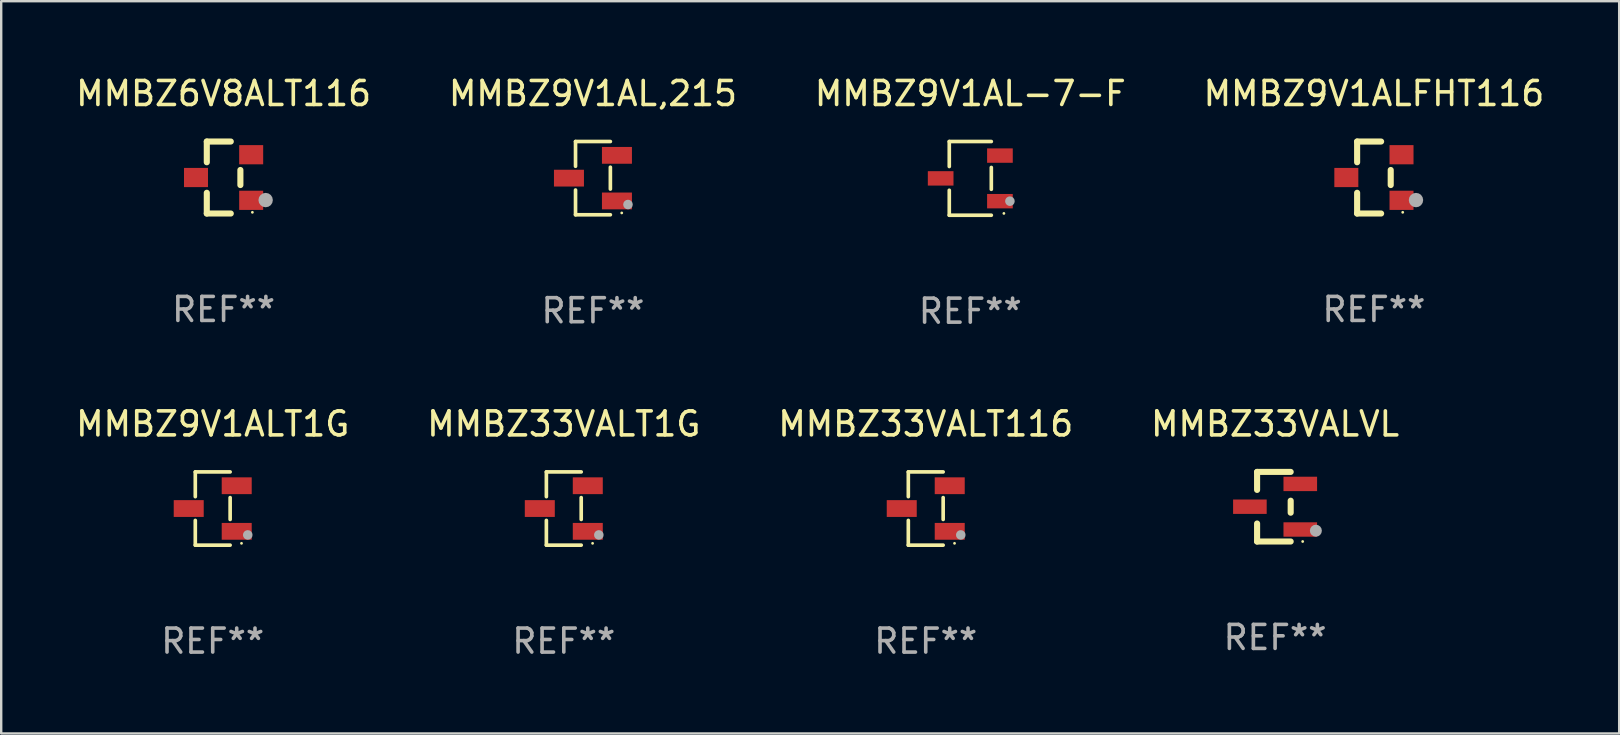
<source format=kicad_pcb>
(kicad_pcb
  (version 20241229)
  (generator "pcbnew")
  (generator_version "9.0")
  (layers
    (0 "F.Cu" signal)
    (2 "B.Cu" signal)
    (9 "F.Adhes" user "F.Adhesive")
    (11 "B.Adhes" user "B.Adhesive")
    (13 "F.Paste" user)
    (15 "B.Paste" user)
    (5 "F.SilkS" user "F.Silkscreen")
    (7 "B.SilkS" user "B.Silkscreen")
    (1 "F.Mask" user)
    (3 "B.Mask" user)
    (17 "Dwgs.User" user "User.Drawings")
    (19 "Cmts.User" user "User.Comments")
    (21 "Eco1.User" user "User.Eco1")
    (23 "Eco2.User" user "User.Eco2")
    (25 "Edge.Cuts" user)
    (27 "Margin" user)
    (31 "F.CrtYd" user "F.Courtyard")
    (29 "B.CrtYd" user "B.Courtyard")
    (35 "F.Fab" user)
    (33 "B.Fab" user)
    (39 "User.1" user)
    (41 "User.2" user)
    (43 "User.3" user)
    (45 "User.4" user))
  (footprint "MMBZ33VALT116"
    (layer "F.Cu")
    (at 35.53 18.143)
    (property "Reference" "MMBZ33VALT116" (at 0 -3.526 0) (layer "F.SilkS") (effects (font (size 1 1) (thickness 0.15))))
    (attr through_hole)
    (fp_line (start -0.726 -1.526) (end -0.726 -0.495) (stroke (width 0.152) (type solid)) (layer "F.SilkS"))
    (fp_line (start -0.726 1.526) (end -0.726 0.495) (stroke (width 0.152) (type solid)) (layer "F.SilkS"))
    (fp_line (start 0.726 -1.526) (end -0.726 -1.526) (stroke (width 0.152) (type solid)) (layer "F.SilkS"))
    (fp_line (start 0.726 -0.455) (end 0.726 0.455) (stroke (width 0.152) (type solid)) (layer "F.SilkS"))
    (fp_line (start 0.726 1.526) (end -0.726 1.526) (stroke (width 0.152) (type solid)) (layer "F.SilkS"))
    (fp_circle (center 1.2 1.45) (end 1.23 1.45) (stroke (width 0.06) (type solid)) (fill no) (layer "F.SilkS"))
    (fp_circle (center 1.46 1.1) (end 1.56 1.1) (stroke (width 0.2) (type solid)) (fill no) (layer "F.Fab"))
    (fp_text user "REF**" (at 0 5.526 0) (layer "F.Fab") (effects (font (size 1 1) (thickness 0.15))))
    (pad "1" smd rect (at 1 0.95) (size 1.25 0.7) (layers "F.Cu" "F.Mask" "F.Paste"))
    (pad "2" smd rect (at 1 -0.95) (size 1.25 0.7) (layers "F.Cu" "F.Mask" "F.Paste"))
    (pad "3" smd rect (at -1 0) (size 1.25 0.7) (layers "F.Cu" "F.Mask" "F.Paste")))
  (footprint "MMBZ9V1ALFHT116"
    (layer "F.Cu")
    (at 54.208 4.348)
    (property "Reference" "MMBZ9V1ALFHT116" (at 0 -3.5 0) (layer "F.SilkS") (effects (font (size 1 1) (thickness 0.15))))
    (attr through_hole)
    (fp_line (start -0.7 -1.5) (end 0.3 -1.5) (stroke (width 0.254) (type solid)) (layer "F.SilkS"))
    (fp_line (start -0.7 -0.636) (end -0.7 -1.5) (stroke (width 0.254) (type solid)) (layer "F.SilkS"))
    (fp_line (start -0.7 1.5) (end -0.7 0.636) (stroke (width 0.254) (type solid)) (layer "F.SilkS"))
    (fp_line (start -0.7 1.5) (end 0.3 1.5) (stroke (width 0.254) (type solid)) (layer "F.SilkS"))
    (fp_line (start 0.7 0.314) (end 0.7 -0.314) (stroke (width 0.254) (type solid)) (layer "F.SilkS"))
    (fp_circle (center 1.2 1.45) (end 1.23 1.45) (stroke (width 0.06) (type solid)) (fill no) (layer "F.SilkS"))
    (fp_circle (center 1.753 0.94) (end 1.903 0.94) (stroke (width 0.3) (type solid)) (fill no) (layer "F.Fab"))
    (fp_text user "REF**" (at 0 5.5 0) (layer "F.Fab") (effects (font (size 1 1) (thickness 0.15))))
    (pad "1" smd rect (at 1.15 0.95 180) (size 1 0.8) (layers "F.Cu" "F.Mask" "F.Paste"))
    (pad "2" smd rect (at 1.15 -0.95 180) (size 1 0.8) (layers "F.Cu" "F.Mask" "F.Paste"))
    (pad "3" smd rect (at -1.15 -0.000051 180) (size 1 0.8) (layers "F.Cu" "F.Mask" "F.Paste")))
  (footprint "MMBZ9V1AL,215"
    (layer "F.Cu")
    (at 21.661 4.374)
    (property "Reference" "MMBZ9V1AL,215" (at 0 -3.526 0) (layer "F.SilkS") (effects (font (size 1 1) (thickness 0.15))))
    (attr through_hole)
    (fp_line (start -0.726 -1.526) (end -0.726 -0.495) (stroke (width 0.152) (type solid)) (layer "F.SilkS"))
    (fp_line (start -0.726 1.526) (end -0.726 0.495) (stroke (width 0.152) (type solid)) (layer "F.SilkS"))
    (fp_line (start 0.726 -1.526) (end -0.726 -1.526) (stroke (width 0.152) (type solid)) (layer "F.SilkS"))
    (fp_line (start 0.726 -0.455) (end 0.726 0.455) (stroke (width 0.152) (type solid)) (layer "F.SilkS"))
    (fp_line (start 0.726 1.526) (end -0.726 1.526) (stroke (width 0.152) (type solid)) (layer "F.SilkS"))
    (fp_circle (center 1.2 1.45) (end 1.23 1.45) (stroke (width 0.06) (type solid)) (fill no) (layer "F.SilkS"))
    (fp_circle (center 1.46 1.1) (end 1.56 1.1) (stroke (width 0.2) (type solid)) (fill no) (layer "F.Fab"))
    (fp_text user "REF**" (at 0 5.526 0) (layer "F.Fab") (effects (font (size 1 1) (thickness 0.15))))
    (pad "1" smd rect (at 1 0.95) (size 1.25 0.7) (layers "F.Cu" "F.Mask" "F.Paste"))
    (pad "2" smd rect (at 1 -0.95) (size 1.25 0.7) (layers "F.Cu" "F.Mask" "F.Paste"))
    (pad "3" smd rect (at -1 0) (size 1.25 0.7) (layers "F.Cu" "F.Mask" "F.Paste")))
  (footprint "MMBZ9V1AL-7-F"
    (layer "F.Cu")
    (at 37.387 4.384)
    (property "Reference" "MMBZ9V1AL-7-F" (at 0 -3.536 0) (layer "F.SilkS") (effects (font (size 1 1) (thickness 0.15))))
    (attr through_hole)
    (fp_line (start -0.876 -1.536) (end -0.876 -0.495) (stroke (width 0.152) (type solid)) (layer "F.SilkS"))
    (fp_line (start -0.876 1.536) (end -0.876 0.495) (stroke (width 0.152) (type solid)) (layer "F.SilkS"))
    (fp_line (start 0.876 -1.536) (end -0.876 -1.536) (stroke (width 0.152) (type solid)) (layer "F.SilkS"))
    (fp_line (start 0.876 -0.455) (end 0.876 0.455) (stroke (width 0.152) (type solid)) (layer "F.SilkS"))
    (fp_line (start 0.876 1.536) (end -0.876 1.536) (stroke (width 0.152) (type solid)) (layer "F.SilkS"))
    (fp_circle (center 1.4 1.46) (end 1.43 1.46) (stroke (width 0.06) (type solid)) (fill no) (layer "F.SilkS"))
    (fp_circle (center 1.651 0.95) (end 1.751 0.95) (stroke (width 0.2) (type solid)) (fill no) (layer "F.Fab"))
    (fp_text user "REF**" (at 0 5.536 0) (layer "F.Fab") (effects (font (size 1 1) (thickness 0.15))))
    (pad "1" smd rect (at 1.235 0.95) (size 1.07 0.6) (layers "F.Cu" "F.Mask" "F.Paste"))
    (pad "2" smd rect (at 1.235 -0.95) (size 1.07 0.6) (layers "F.Cu" "F.Mask" "F.Paste"))
    (pad "3" smd rect (at -1.235 0) (size 1.07 0.6) (layers "F.Cu" "F.Mask" "F.Paste")))
  (footprint "MMBZ6V8ALT116"
    (layer "F.Cu")
    (at 6.268 4.348)
    (property "Reference" "MMBZ6V8ALT116" (at 0 -3.5 0) (layer "F.SilkS") (effects (font (size 1 1) (thickness 0.15))))
    (attr through_hole)
    (fp_line (start -0.7 -1.5) (end 0.3 -1.5) (stroke (width 0.254) (type solid)) (layer "F.SilkS"))
    (fp_line (start -0.7 -0.636) (end -0.7 -1.5) (stroke (width 0.254) (type solid)) (layer "F.SilkS"))
    (fp_line (start -0.7 1.5) (end -0.7 0.636) (stroke (width 0.254) (type solid)) (layer "F.SilkS"))
    (fp_line (start -0.7 1.5) (end 0.3 1.5) (stroke (width 0.254) (type solid)) (layer "F.SilkS"))
    (fp_line (start 0.7 0.314) (end 0.7 -0.314) (stroke (width 0.254) (type solid)) (layer "F.SilkS"))
    (fp_circle (center 1.2 1.45) (end 1.23 1.45) (stroke (width 0.06) (type solid)) (fill no) (layer "F.SilkS"))
    (fp_circle (center 1.753 0.94) (end 1.903 0.94) (stroke (width 0.3) (type solid)) (fill no) (layer "F.Fab"))
    (fp_text user "REF**" (at 0 5.5 0) (layer "F.Fab") (effects (font (size 1 1) (thickness 0.15))))
    (pad "1" smd rect (at 1.15 0.95 180) (size 1 0.8) (layers "F.Cu" "F.Mask" "F.Paste"))
    (pad "2" smd rect (at 1.15 -0.95 180) (size 1 0.8) (layers "F.Cu" "F.Mask" "F.Paste"))
    (pad "3" smd rect (at -1.15 -0.000051 180) (size 1 0.8) (layers "F.Cu" "F.Mask" "F.Paste")))
  (footprint "MMBZ9V1ALT1G"
    (layer "F.Cu")
    (at 5.815 18.143)
    (property "Reference" "MMBZ9V1ALT1G" (at 0 -3.526 0) (layer "F.SilkS") (effects (font (size 1 1) (thickness 0.15))))
    (attr through_hole)
    (fp_line (start -0.726 -1.526) (end -0.726 -0.495) (stroke (width 0.152) (type solid)) (layer "F.SilkS"))
    (fp_line (start -0.726 1.526) (end -0.726 0.495) (stroke (width 0.152) (type solid)) (layer "F.SilkS"))
    (fp_line (start 0.726 -1.526) (end -0.726 -1.526) (stroke (width 0.152) (type solid)) (layer "F.SilkS"))
    (fp_line (start 0.726 -0.455) (end 0.726 0.455) (stroke (width 0.152) (type solid)) (layer "F.SilkS"))
    (fp_line (start 0.726 1.526) (end -0.726 1.526) (stroke (width 0.152) (type solid)) (layer "F.SilkS"))
    (fp_circle (center 1.2 1.45) (end 1.23 1.45) (stroke (width 0.06) (type solid)) (fill no) (layer "F.SilkS"))
    (fp_circle (center 1.46 1.1) (end 1.56 1.1) (stroke (width 0.2) (type solid)) (fill no) (layer "F.Fab"))
    (fp_text user "REF**" (at 0 5.526 0) (layer "F.Fab") (effects (font (size 1 1) (thickness 0.15))))
    (pad "1" smd rect (at 1 0.95) (size 1.25 0.7) (layers "F.Cu" "F.Mask" "F.Paste"))
    (pad "2" smd rect (at 1 -0.95) (size 1.25 0.7) (layers "F.Cu" "F.Mask" "F.Paste"))
    (pad "3" smd rect (at -1 0) (size 1.25 0.7) (layers "F.Cu" "F.Mask" "F.Paste")))
  (footprint "MMBZ33VALT1G"
    (layer "F.Cu")
    (at 20.446 18.143)
    (property "Reference" "MMBZ33VALT1G" (at 0 -3.526 0) (layer "F.SilkS") (effects (font (size 1 1) (thickness 0.15))))
    (attr through_hole)
    (fp_line (start -0.726 -1.526) (end -0.726 -0.495) (stroke (width 0.152) (type solid)) (layer "F.SilkS"))
    (fp_line (start -0.726 1.526) (end -0.726 0.495) (stroke (width 0.152) (type solid)) (layer "F.SilkS"))
    (fp_line (start 0.726 -1.526) (end -0.726 -1.526) (stroke (width 0.152) (type solid)) (layer "F.SilkS"))
    (fp_line (start 0.726 -0.455) (end 0.726 0.455) (stroke (width 0.152) (type solid)) (layer "F.SilkS"))
    (fp_line (start 0.726 1.526) (end -0.726 1.526) (stroke (width 0.152) (type solid)) (layer "F.SilkS"))
    (fp_circle (center 1.2 1.45) (end 1.23 1.45) (stroke (width 0.06) (type solid)) (fill no) (layer "F.SilkS"))
    (fp_circle (center 1.46 1.1) (end 1.56 1.1) (stroke (width 0.2) (type solid)) (fill no) (layer "F.Fab"))
    (fp_text user "REF**" (at 0 5.526 0) (layer "F.Fab") (effects (font (size 1 1) (thickness 0.15))))
    (pad "1" smd rect (at 1 0.95) (size 1.25 0.7) (layers "F.Cu" "F.Mask" "F.Paste"))
    (pad "2" smd rect (at 1 -0.95) (size 1.25 0.7) (layers "F.Cu" "F.Mask" "F.Paste"))
    (pad "3" smd rect (at -1 0) (size 1.25 0.7) (layers "F.Cu" "F.Mask" "F.Paste")))
  (footprint "MMBZ33VALVL"
    (layer "F.Cu")
    (at 50.089 18.067)
    (property "Reference" "MMBZ33VALVL" (at 0 -3.45 0) (layer "F.SilkS") (effects (font (size 1 1) (thickness 0.15))))
    (attr through_hole)
    (fp_line (start -0.75 -1.45) (end 0.65 -1.45) (stroke (width 0.254) (type solid)) (layer "F.SilkS"))
    (fp_line (start -0.75 -0.7) (end -0.75 -1.45) (stroke (width 0.254) (type solid)) (layer "F.SilkS"))
    (fp_line (start -0.75 1.45) (end -0.75 0.7) (stroke (width 0.254) (type solid)) (layer "F.SilkS"))
    (fp_line (start -0.75 1.45) (end 0.65 1.45) (stroke (width 0.254) (type solid)) (layer "F.SilkS"))
    (fp_line (start 0.65 0.25) (end 0.65 -0.25) (stroke (width 0.254) (type solid)) (layer "F.SilkS"))
    (fp_circle (center 1.15 1.45) (end 1.18 1.45) (stroke (width 0.06) (type solid)) (fill no) (layer "F.SilkS"))
    (fp_circle (center 1.7 1) (end 1.825 1) (stroke (width 0.25) (type solid)) (fill no) (layer "F.Fab"))
    (fp_text user "REF**" (at 0 5.45 0) (layer "F.Fab") (effects (font (size 1 1) (thickness 0.15))))
    (pad "1" smd rect (at 1.05 0.95) (size 1.4 0.6) (layers "F.Cu" "F.Mask" "F.Paste"))
    (pad "2" smd rect (at 1.05 -0.95) (size 1.4 0.6) (layers "F.Cu" "F.Mask" "F.Paste"))
    (pad "3" smd rect (at -1.05 0) (size 1.4 0.6) (layers "F.Cu" "F.Mask" "F.Paste")))
  (gr_rect
    (start -3 -3)
    (end 64.429 27.518)
    (stroke (width 0.1) (type default))
    (fill no)
    (layer "Edge.Cuts")))
</source>
